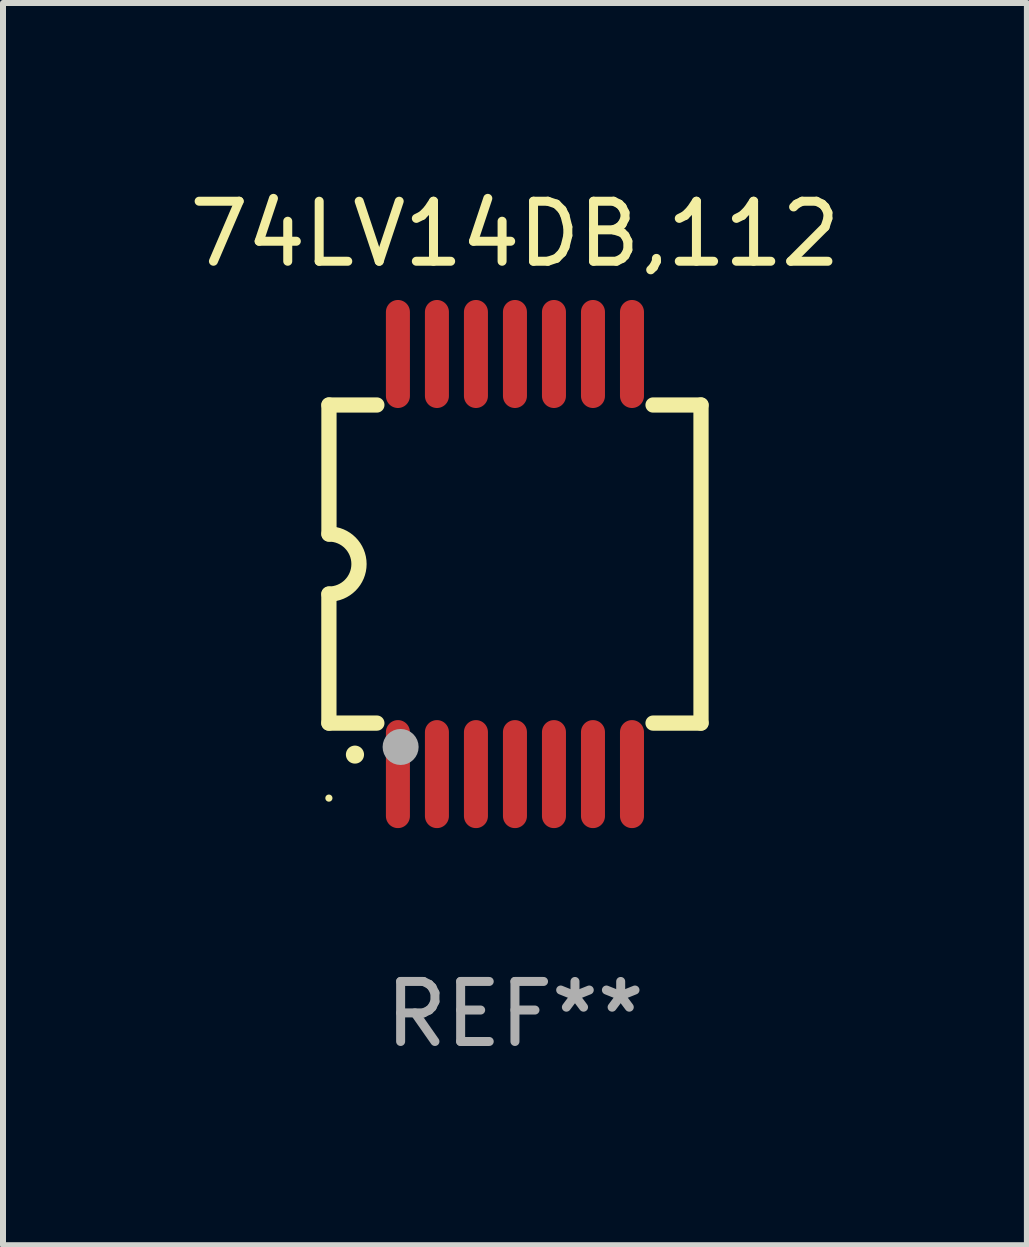
<source format=kicad_pcb>
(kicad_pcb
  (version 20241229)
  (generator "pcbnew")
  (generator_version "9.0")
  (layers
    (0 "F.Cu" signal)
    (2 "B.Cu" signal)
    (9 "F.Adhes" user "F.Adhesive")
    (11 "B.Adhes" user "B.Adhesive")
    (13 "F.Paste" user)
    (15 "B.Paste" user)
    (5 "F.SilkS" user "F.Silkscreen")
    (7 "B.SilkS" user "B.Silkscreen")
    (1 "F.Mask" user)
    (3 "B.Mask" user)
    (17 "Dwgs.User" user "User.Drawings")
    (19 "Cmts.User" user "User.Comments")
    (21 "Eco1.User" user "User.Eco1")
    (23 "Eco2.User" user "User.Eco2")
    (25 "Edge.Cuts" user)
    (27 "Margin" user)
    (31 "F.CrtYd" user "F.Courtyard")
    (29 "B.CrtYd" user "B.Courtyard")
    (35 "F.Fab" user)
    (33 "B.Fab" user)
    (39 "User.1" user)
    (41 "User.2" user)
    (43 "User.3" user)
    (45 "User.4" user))
  (footprint "74LV14DB,112"
    (layer "F.Cu")
    (at 5.53 6.348)
    (property "Reference" "74LV14DB,112" (at 0 -5.5 0) (layer "F.SilkS") (effects (font (size 1 1) (thickness 0.15))))
    (attr through_hole)
    (fp_line (start -3.1 2.65) (end -3.1 0.5) (stroke (width 0.254) (type solid)) (layer "F.SilkS"))
    (fp_line (start -3.099 -2.65) (end -2.301 -2.65) (stroke (width 0.254) (type solid)) (layer "F.SilkS"))
    (fp_line (start -3.099 -0.5) (end -3.099 -2.65) (stroke (width 0.254) (type solid)) (layer "F.SilkS"))
    (fp_line (start -2.301 2.65) (end -3.1 2.65) (stroke (width 0.254) (type solid)) (layer "F.SilkS"))
    (fp_line (start 2.301 -2.65) (end 3.1 -2.65) (stroke (width 0.254) (type solid)) (layer "F.SilkS"))
    (fp_line (start 3.1 -2.65) (end 3.1 2.65) (stroke (width 0.254) (type solid)) (layer "F.SilkS"))
    (fp_line (start 3.1 2.65) (end 2.301 2.65) (stroke (width 0.254) (type solid)) (layer "F.SilkS"))
    (fp_arc (start -3.098806 -0.500381) (mid -2.598806 0) (end -3.098806 0.500381) (stroke (width 0.254001) (type solid)) (layer "F.SilkS"))
    (fp_arc (start -2.667005 3.175006) (mid -2.665735 3.175001) (end -2.664465 3.175006) (stroke (width 0.3) (type solid)) (layer "F.SilkS"))
    (fp_circle (center -3.1 3.9) (end -3.07 3.9) (stroke (width 0.06) (type solid)) (fill no) (layer "F.SilkS"))
    (fp_circle (center -1.905 3.048) (end -1.755 3.048) (stroke (width 0.3) (type solid)) (fill no) (layer "F.Fab"))
    (fp_text user "REF**" (at 0 7.5 0) (layer "F.Fab") (effects (font (size 1 1) (thickness 0.15))))
    (pad "1" smd oval (at -1.95 3.5 270) (size 1.8 0.4) (layers "F.Cu" "F.Mask" "F.Paste"))
    (pad "2" smd oval (at -1.3 3.5 270) (size 1.8 0.4) (layers "F.Cu" "F.Mask" "F.Paste"))
    (pad "3" smd oval (at -0.65 3.5 270) (size 1.8 0.4) (layers "F.Cu" "F.Mask" "F.Paste"))
    (pad "4" smd oval (at 0 3.5 270) (size 1.8 0.4) (layers "F.Cu" "F.Mask" "F.Paste"))
    (pad "5" smd oval (at 0.65 3.5 270) (size 1.8 0.4) (layers "F.Cu" "F.Mask" "F.Paste"))
    (pad "6" smd oval (at 1.3 3.5 270) (size 1.8 0.4) (layers "F.Cu" "F.Mask" "F.Paste"))
    (pad "7" smd oval (at 1.95 3.5 270) (size 1.8 0.4) (layers "F.Cu" "F.Mask" "F.Paste"))
    (pad "8" smd oval (at 1.95 -3.5 90) (size 1.8 0.4) (layers "F.Cu" "F.Mask" "F.Paste"))
    (pad "9" smd oval (at 1.3 -3.5 90) (size 1.8 0.4) (layers "F.Cu" "F.Mask" "F.Paste"))
    (pad "10" smd oval (at 0.65 -3.5 90) (size 1.8 0.4) (layers "F.Cu" "F.Mask" "F.Paste"))
    (pad "11" smd oval (at 0 -3.5 90) (size 1.8 0.4) (layers "F.Cu" "F.Mask" "F.Paste"))
    (pad "12" smd oval (at -0.65 -3.5 90) (size 1.8 0.4) (layers "F.Cu" "F.Mask" "F.Paste"))
    (pad "13" smd oval (at -1.3 -3.5 90) (size 1.8 0.4) (layers "F.Cu" "F.Mask" "F.Paste"))
    (pad "14" smd oval (at -1.95 -3.5 90) (size 1.8 0.4) (layers "F.Cu" "F.Mask" "F.Paste")))
  (gr_rect
    (start -3 -3)
    (end 14.06 17.697)
    (stroke (width 0.1) (type default))
    (fill no)
    (layer "Edge.Cuts")))
</source>
